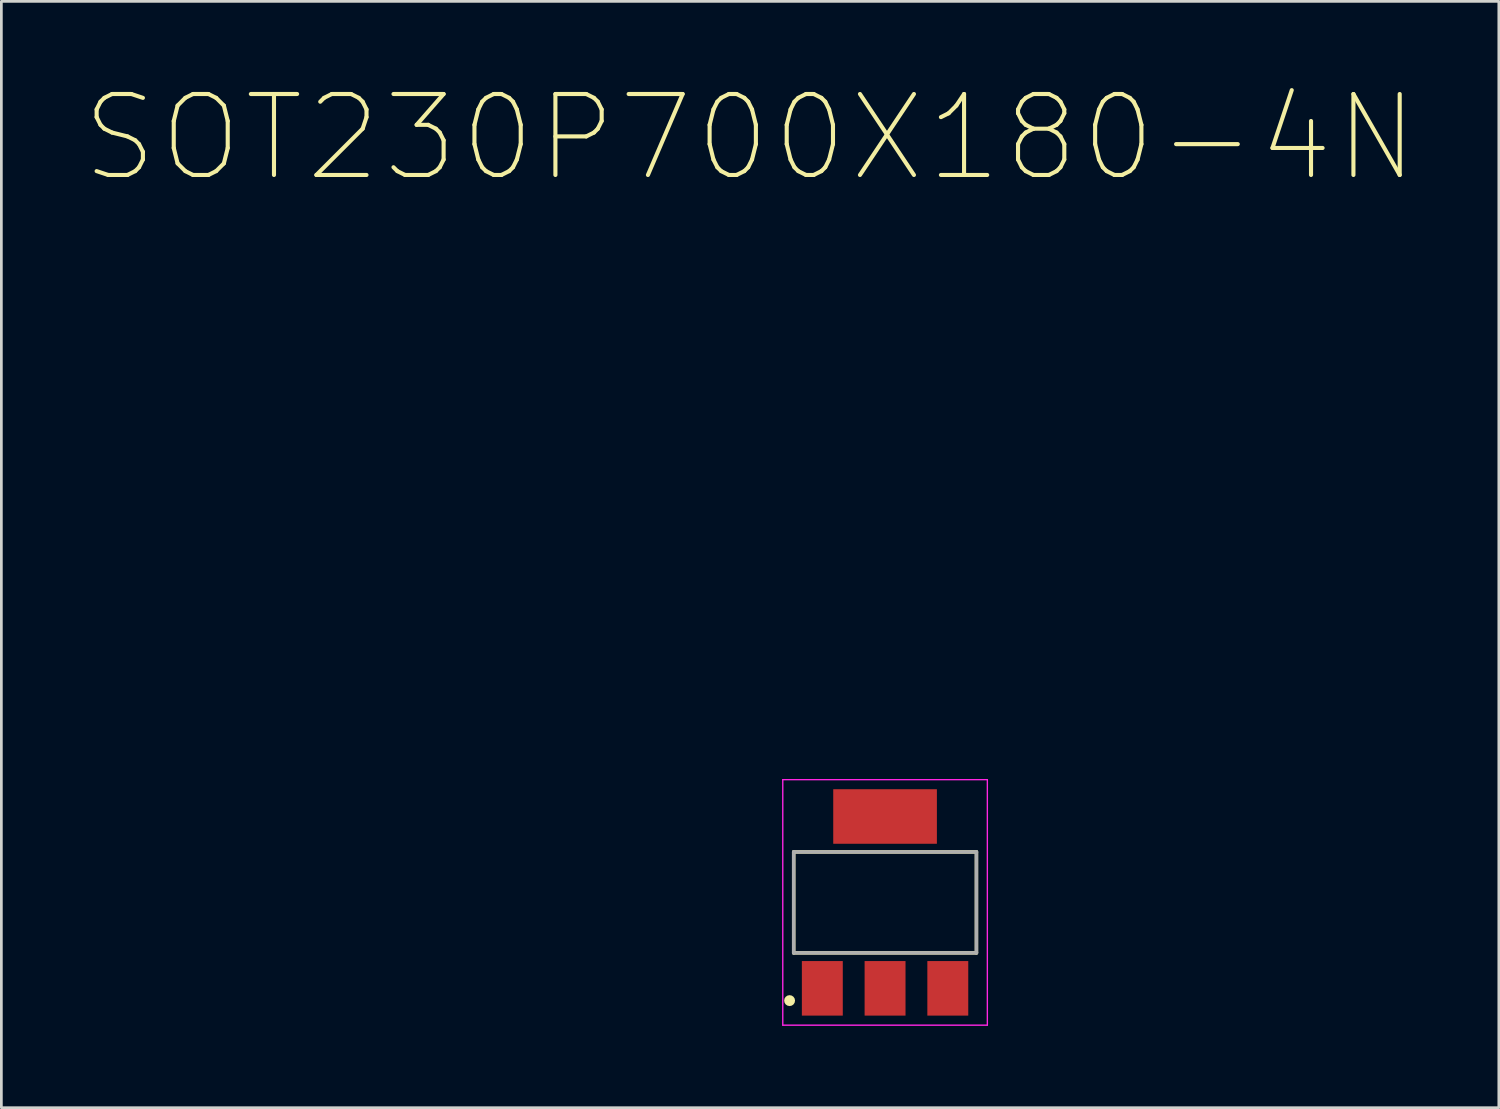
<source format=kicad_pcb>
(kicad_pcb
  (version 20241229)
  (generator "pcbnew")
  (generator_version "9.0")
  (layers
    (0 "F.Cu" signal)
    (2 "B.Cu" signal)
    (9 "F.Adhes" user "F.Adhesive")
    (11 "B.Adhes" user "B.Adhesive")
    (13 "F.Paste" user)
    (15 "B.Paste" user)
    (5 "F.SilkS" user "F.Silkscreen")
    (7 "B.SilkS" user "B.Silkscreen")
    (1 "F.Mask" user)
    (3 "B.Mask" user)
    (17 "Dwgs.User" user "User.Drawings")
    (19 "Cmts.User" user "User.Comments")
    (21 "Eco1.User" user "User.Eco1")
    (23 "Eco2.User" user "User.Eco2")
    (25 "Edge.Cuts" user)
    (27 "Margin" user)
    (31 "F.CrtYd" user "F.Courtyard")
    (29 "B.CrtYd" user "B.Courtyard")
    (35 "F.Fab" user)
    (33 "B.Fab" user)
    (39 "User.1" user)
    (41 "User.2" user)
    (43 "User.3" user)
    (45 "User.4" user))
  (footprint "SOT230P700X180-4N"
    (layer "F.Cu")
    (at 29.397 30.033)
    (property "Reference" "SOT230P700X180-4N" (at -4.948 -28.034 0) (layer "F.SilkS") (effects (font (size 2.968 2.968) (thickness 0.15))))
    (attr smd)
    (fp_line (start -3.35 -1.85) (end -3.35 1.85) (stroke (width 0.127) (type solid)) (layer "F.SilkS"))
    (fp_line (start -3.35 1.85) (end 3.35 1.85) (stroke (width 0.127) (type solid)) (layer "F.SilkS"))
    (fp_line (start 3.35 -1.85) (end -3.35 -1.85) (stroke (width 0.127) (type solid)) (layer "F.SilkS"))
    (fp_line (start 3.35 1.85) (end 3.35 -1.85) (stroke (width 0.127) (type solid)) (layer "F.SilkS"))
    (fp_circle (center -3.5 3.6) (end -3.4 3.6) (stroke (width 0.2) (type solid)) (fill no) (layer "F.SilkS"))
    (fp_line (start -3.75 -4.5) (end 3.75 -4.5) (stroke (width 0.05) (type solid)) (layer "F.CrtYd"))
    (fp_line (start -3.75 4.5) (end -3.75 -4.5) (stroke (width 0.05) (type solid)) (layer "F.CrtYd"))
    (fp_line (start 3.75 -4.5) (end 3.75 4.5) (stroke (width 0.05) (type solid)) (layer "F.CrtYd"))
    (fp_line (start 3.75 4.5) (end -3.75 4.5) (stroke (width 0.05) (type solid)) (layer "F.CrtYd"))
    (fp_line (start -3.35 -1.85) (end -3.35 1.85) (stroke (width 0.127) (type solid)) (layer "F.Fab"))
    (fp_line (start -3.35 1.85) (end 3.35 1.85) (stroke (width 0.127) (type solid)) (layer "F.Fab"))
    (fp_line (start 3.35 -1.85) (end -3.35 -1.85) (stroke (width 0.127) (type solid)) (layer "F.Fab"))
    (fp_line (start 3.35 1.85) (end 3.35 -1.85) (stroke (width 0.127) (type solid)) (layer "F.Fab"))
    (pad "1" smd rect (at -2.3 3.15 180) (size 1.5 2) (layers "F.Cu" "F.Mask" "F.Paste"))
    (pad "2" smd rect (at 0 3.15 180) (size 1.5 2) (layers "F.Cu" "F.Mask" "F.Paste"))
    (pad "3" smd rect (at 2.3 3.15 180) (size 1.5 2) (layers "F.Cu" "F.Mask" "F.Paste"))
    (pad "4" smd rect (at 0 -3.15 180) (size 3.8 2) (layers "F.Cu" "F.Mask" "F.Paste")))
  (gr_rect
    (start -3 -3)
    (end 51.898 37.558)
    (stroke (width 0.1) (type default))
    (fill no)
    (layer "Edge.Cuts")))
</source>
